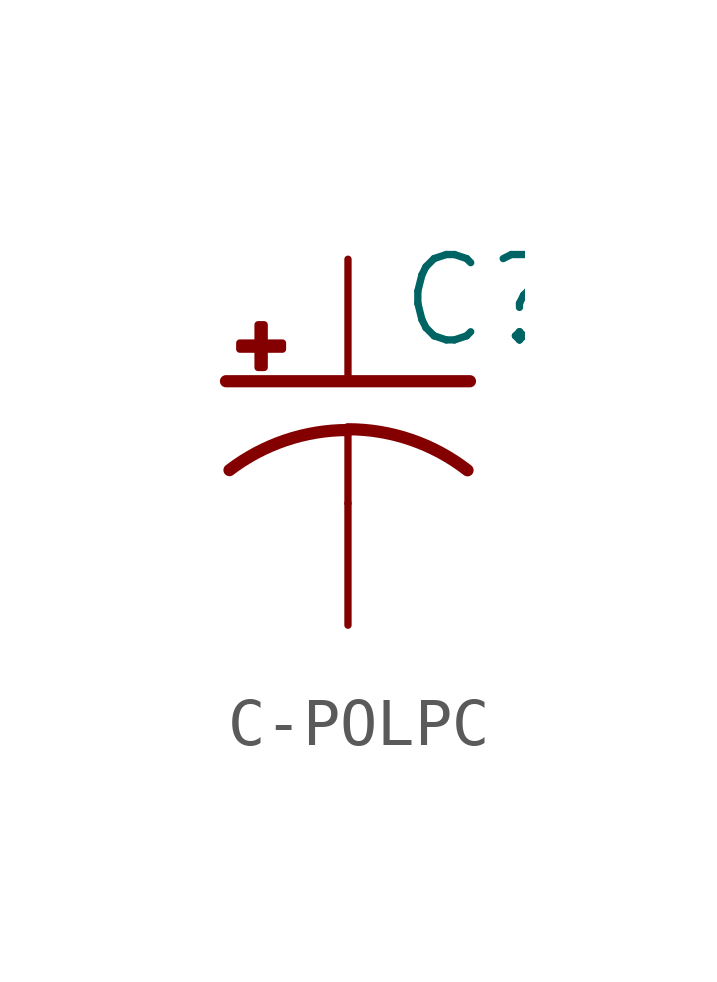
<source format=kicad_sym>
(kicad_symbol_lib
  (version 20231120)
  (generator "kicad_symbol_editor")
  (generator_version "8.0")
  (symbol "C-POLPC"
    (property "Reference" "C"
      (at 1.016 0.635 0)
      (effects (font (size 1.778 1.778)) (justify left bottom)))
    (property "Value" ""
      (at 1.016 -4.191 0)
      (effects (font (size 1.778 1.778)) (justify left bottom)))
    (property "ki_locked" ""
      (at 0 0 0)
      (effects (font (size 1.27 1.27))))
    (symbol "C-POLPC_1_0"
      (rectangle (start -2.253 0.668) (end -1.364 0.795) (stroke (width 0) (type default)) (fill (type outline)))
      (rectangle (start -1.872 0.287) (end -1.745 1.176) (stroke (width 0) (type default)) (fill (type outline)))
      (arc (start 0 -1.0161) (mid -1.3021 -1.2303) (end -2.4669 -1.8504) (stroke (width 0.254) (type solid)) (fill (type none)))
      (polyline (pts (xy -2.54 0) (xy 2.54 0)) (stroke (width 0.254) (type solid)) (fill (type none)))
      (polyline (pts (xy 0 -1.016) (xy 0 -2.54)) (stroke (width 0.152) (type solid)) (fill (type none)))
      (arc (start 2.4892 -1.8541) (mid 1.3158 -1.2194) (end 0 -1) (stroke (width 0.254) (type solid)) (fill (type none)))
      (pin passive line (at 0 -5.08 90) (length 2.54) (name "-" (effects (font (size 0 0)))) (number "N" (effects (font (size 0 0)))))
      (pin passive line (at 0 2.54 270) (length 2.54) (name "+" (effects (font (size 0 0)))) (number "P" (effects (font (size 0 0))))))))
</source>
